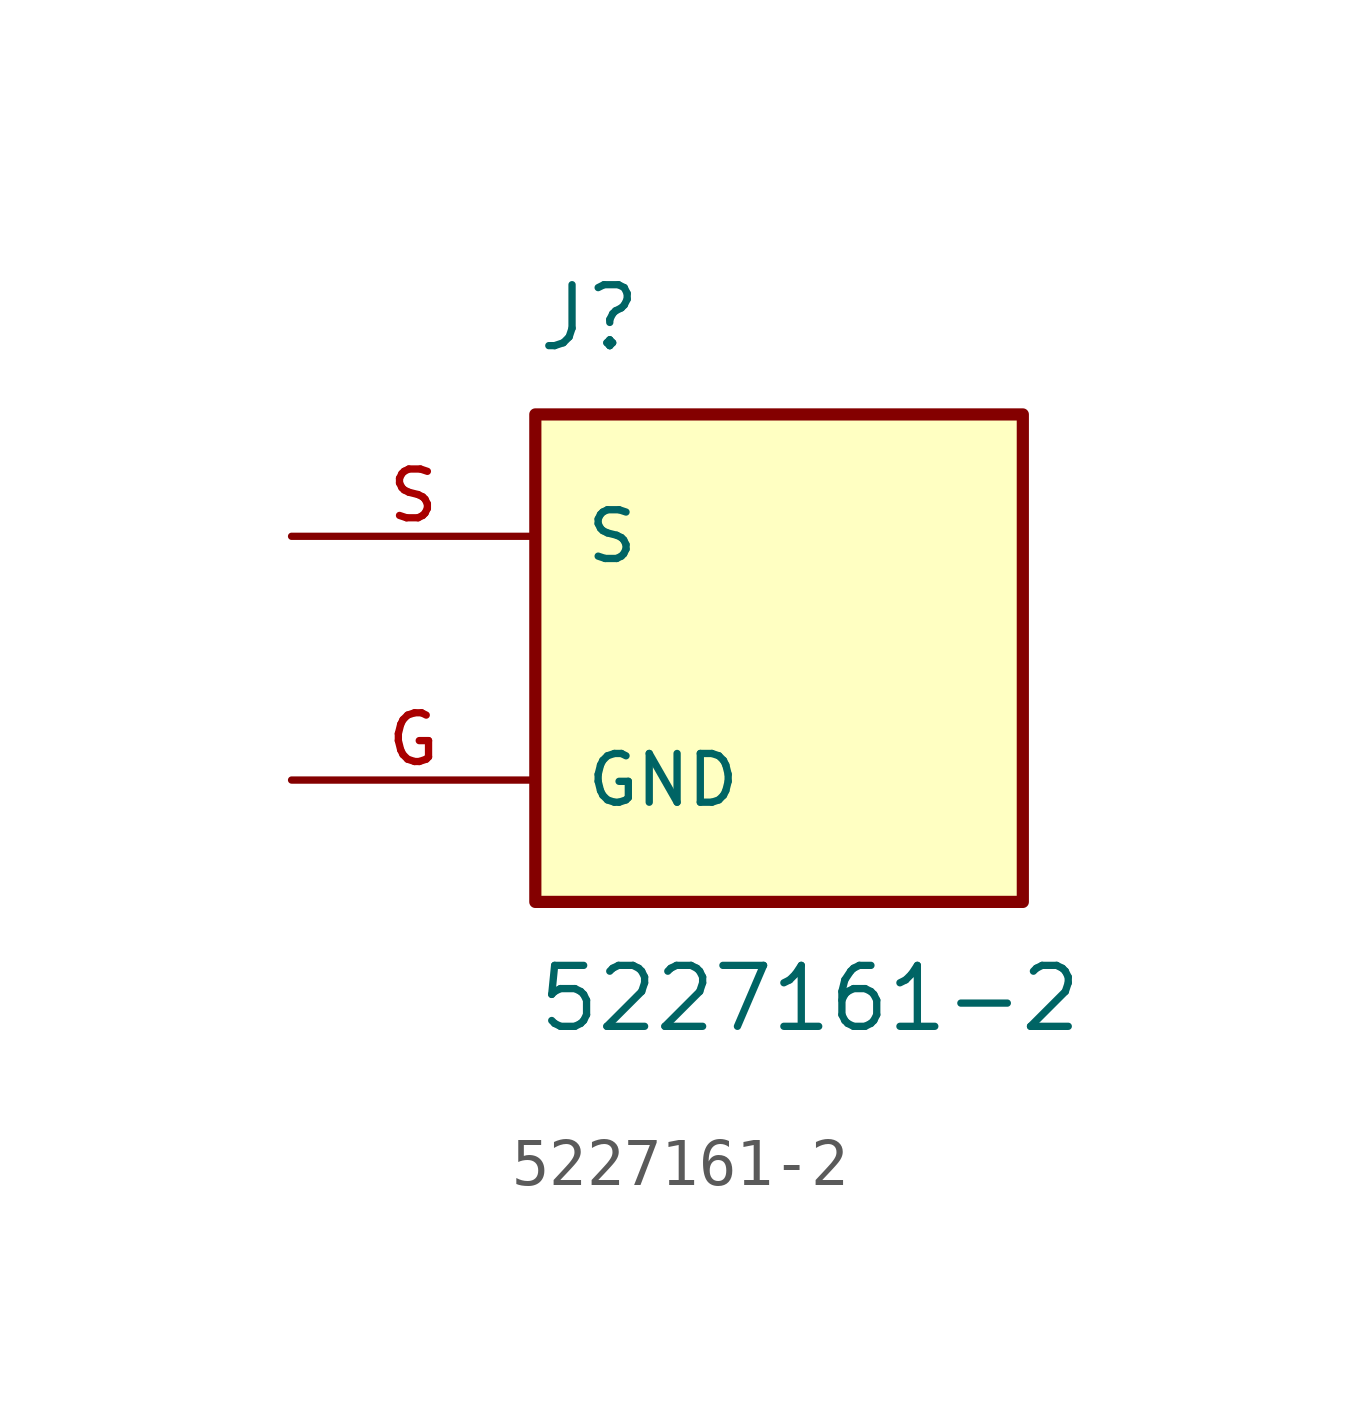
<source format=kicad_sym>
(kicad_symbol_lib
  (version 20211014)
  (generator kicad_symbol_editor)
  (symbol "5227161-2"
    (pin_names
      (offset 1.016))
    (property "Reference" "J"
      (at -5.08 6.35 0)
      (effects (font (size 1.27 1.27)) (justify bottom left)))
    (property "Value" "5227161-2"
      (at -5.08 -6.35 0.0)
      (effects (font (size 1.27 1.27)) (justify top left)))
    (symbol "5227161-2_0_0"
      (rectangle (start -5.08 -5.08) (end 5.08 5.08) (stroke (width 0.254)) (fill (type background)))
      (pin passive line (at -10.16 2.54 0) (length 5.08) (name "S" (effects (font (size 1.016 1.016)))) (number "S" (effects (font (size 1.016 1.016)))))
      (pin power_in line (at -10.16 -2.54 0) (length 5.08) (name "GND" (effects (font (size 1.016 1.016)))) (number "G" (effects (font (size 1.016 1.016))))))))
</source>
